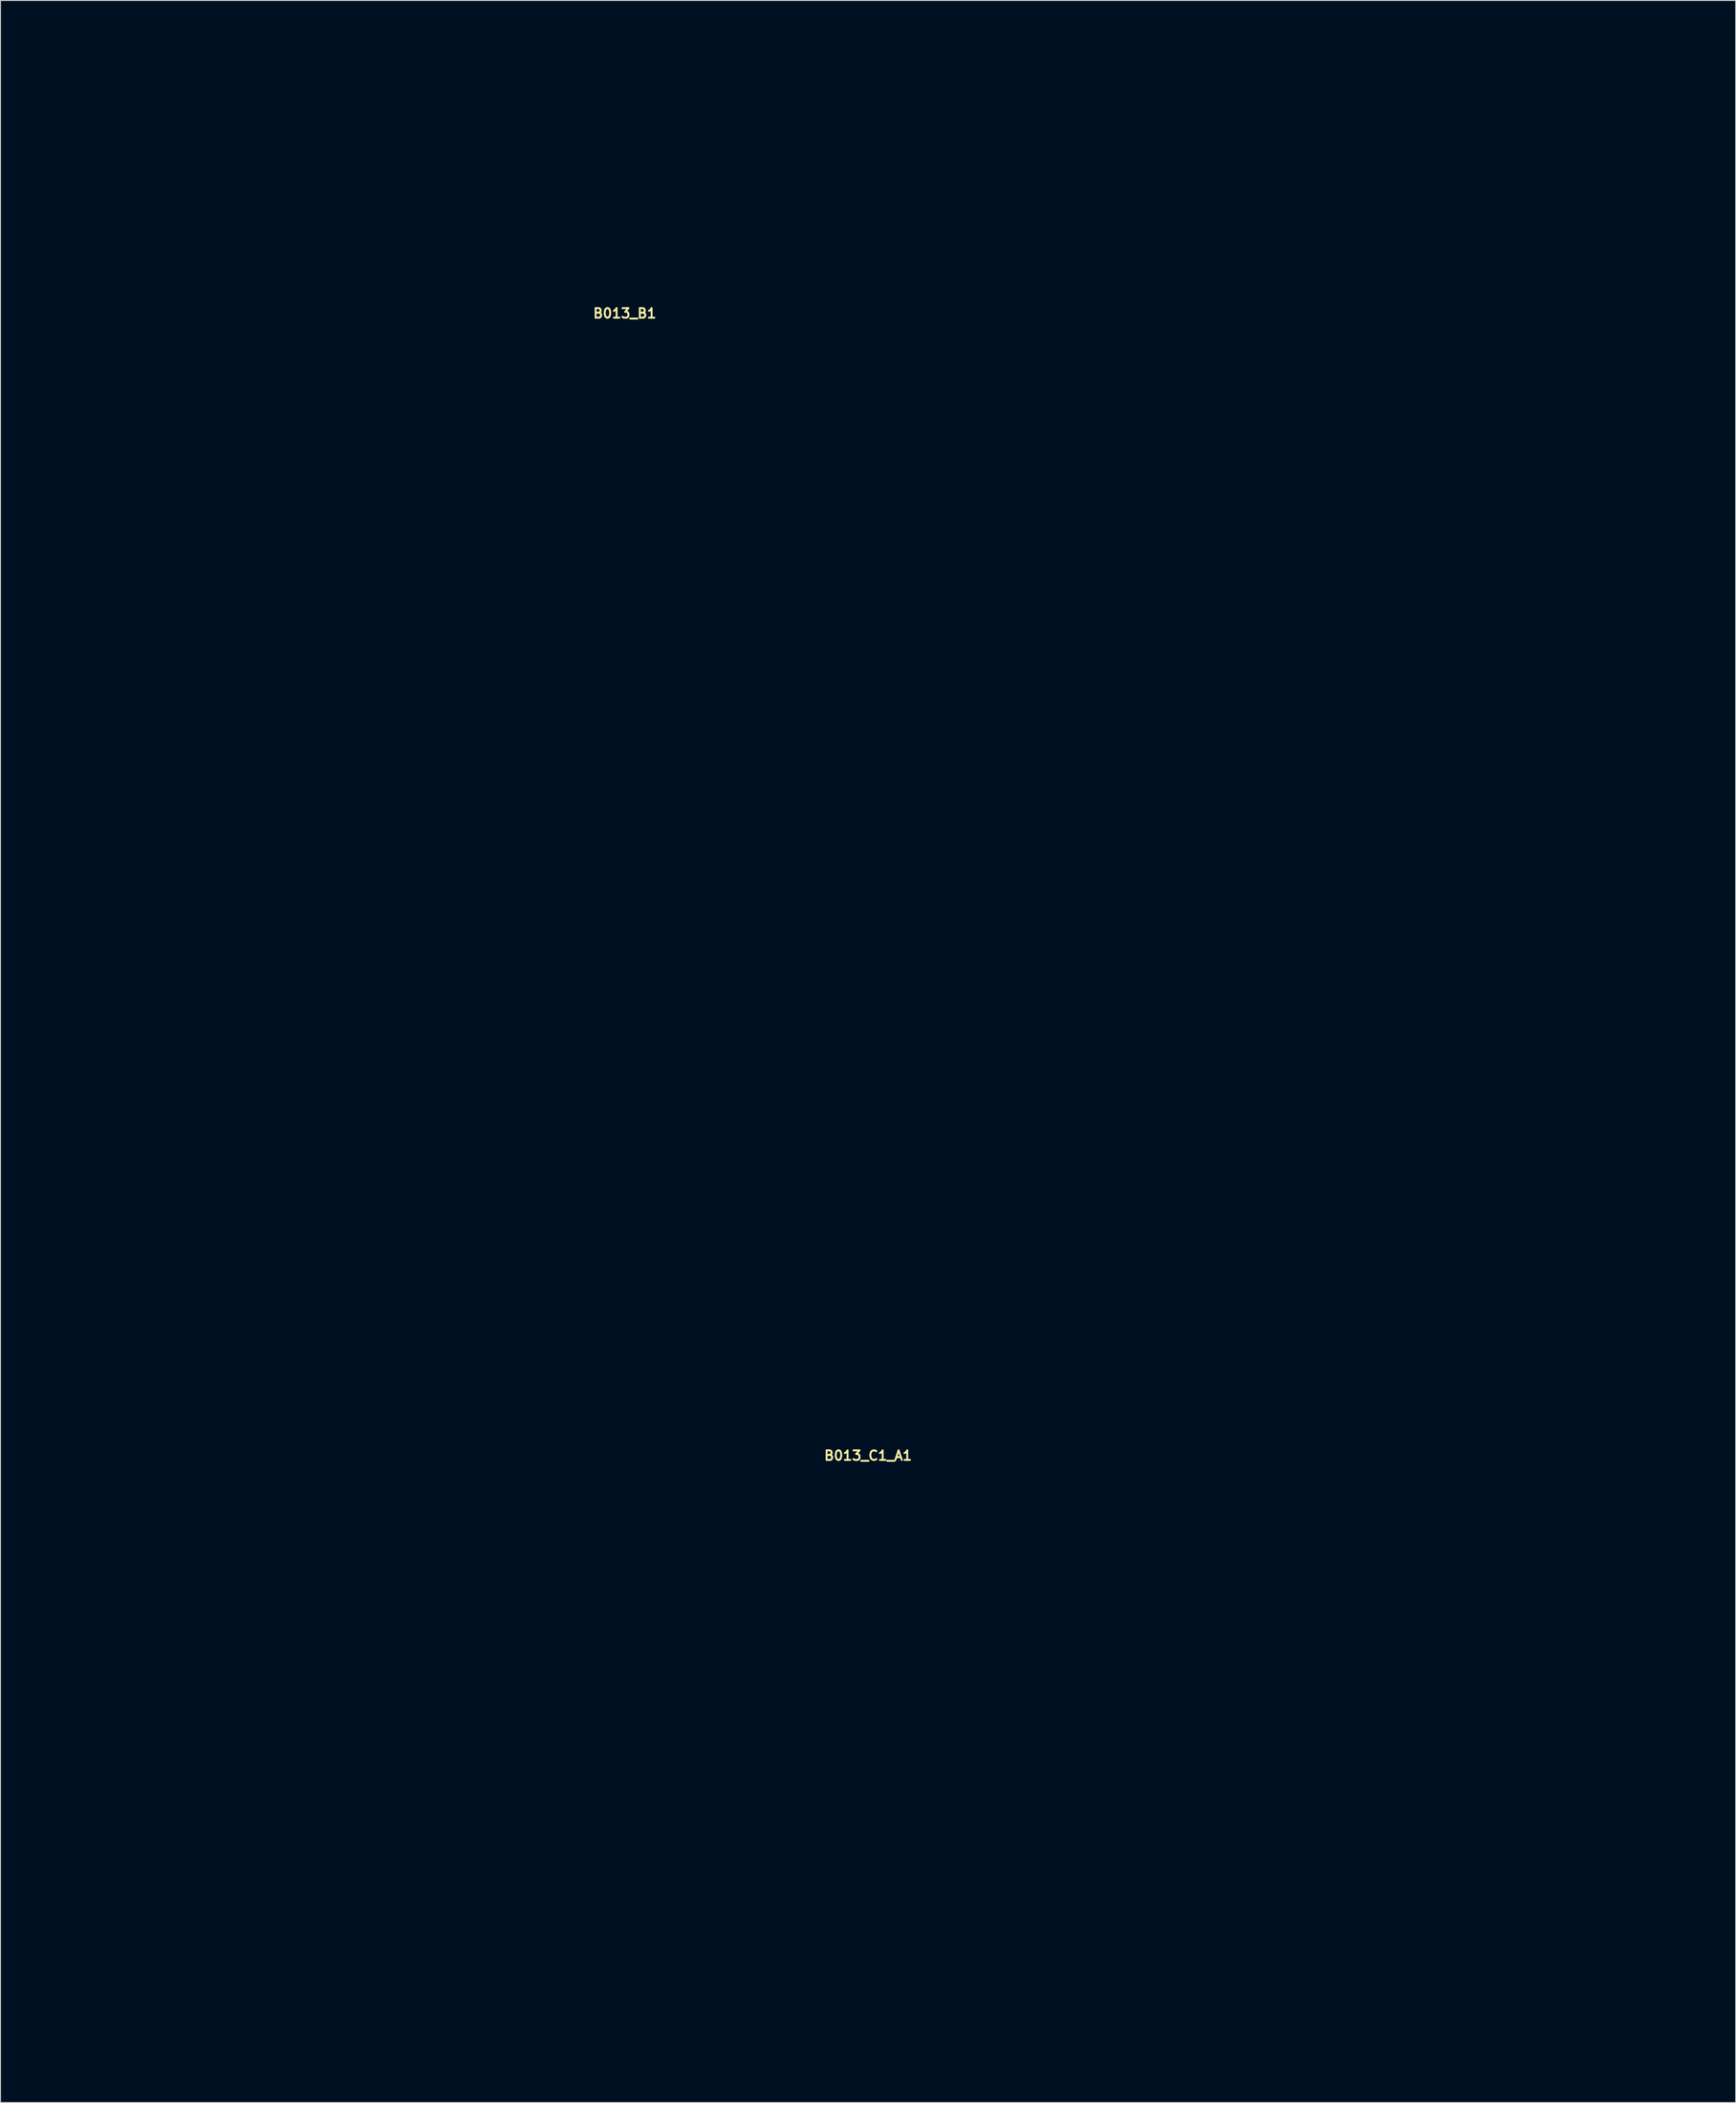
<source format=kicad_pcb>
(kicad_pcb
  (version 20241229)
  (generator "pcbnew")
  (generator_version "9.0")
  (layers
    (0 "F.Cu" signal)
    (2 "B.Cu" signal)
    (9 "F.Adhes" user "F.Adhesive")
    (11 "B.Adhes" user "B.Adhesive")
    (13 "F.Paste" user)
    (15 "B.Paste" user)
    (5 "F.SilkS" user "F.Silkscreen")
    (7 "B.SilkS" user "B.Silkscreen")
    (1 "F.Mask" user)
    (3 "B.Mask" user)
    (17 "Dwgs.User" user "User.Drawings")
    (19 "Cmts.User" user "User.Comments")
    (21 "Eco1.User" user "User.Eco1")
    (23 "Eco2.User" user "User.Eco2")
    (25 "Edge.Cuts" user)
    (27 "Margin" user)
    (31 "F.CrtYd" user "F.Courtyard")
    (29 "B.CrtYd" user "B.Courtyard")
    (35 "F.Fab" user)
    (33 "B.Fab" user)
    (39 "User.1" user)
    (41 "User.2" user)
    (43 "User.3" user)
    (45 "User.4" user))
  (footprint "B013_C1_A1"
    (layer "F.Cu")
    (at 87.75 181.775)
    (property "Reference" "B013_C1_A1" (at 0 -32.639 0) (layer "F.SilkS") (effects (font (size 1 1) (thickness 0.2))))
    (attr through_hole)
    (fp_line (start -87.55 -31.8) (end -87.55 31.8) (stroke (width 0.4) (type solid)) (layer "Eco1.User"))
    (fp_line (start -87.55 -31.8) (end -57.25 -31.8) (stroke (width 0.4) (type solid)) (layer "Eco1.User"))
    (fp_line (start -87.55 31.8) (end -57.25 31.8) (stroke (width 0.4) (type solid)) (layer "Eco1.User"))
    (fp_line (start -83.55 -31.8) (end -83.55 31.8) (stroke (width 0.4) (type solid)) (layer "Eco1.User"))
    (fp_line (start -57.25 -31.8) (end -57.25 31.8) (stroke (width 0.4) (type solid)) (layer "Eco1.User"))
    (fp_line (start -57.25 -31.8) (end 57.25 -31.8) (stroke (width 0.4) (type solid)) (layer "Eco1.User"))
    (fp_line (start -57.25 31.8) (end 57.25 31.8) (stroke (width 0.4) (type solid)) (layer "Eco1.User"))
    (fp_line (start -55.75 -30.45) (end -55.75 30.45) (stroke (width 0.4) (type solid)) (layer "Eco1.User"))
    (fp_line (start -55.75 -30.45) (end 55.75 -30.45) (stroke (width 0.4) (type solid)) (layer "Eco1.User"))
    (fp_line (start -55.75 -23.85) (end -52.25 -23.85) (stroke (width 0.4) (type solid)) (layer "Eco1.User"))
    (fp_line (start -55.75 23.85) (end -52.25 23.85) (stroke (width 0.4) (type solid)) (layer "Eco1.User"))
    (fp_line (start -55.75 30.45) (end 55.75 30.45) (stroke (width 0.4) (type solid)) (layer "Eco1.User"))
    (fp_line (start -49 -30.45) (end -49 -27.1) (stroke (width 0.4) (type solid)) (layer "Eco1.User"))
    (fp_line (start -49 27.1) (end -49 30.45) (stroke (width 0.4) (type solid)) (layer "Eco1.User"))
    (fp_line (start 49 -30.45) (end 49 -27.1) (stroke (width 0.4) (type solid)) (layer "Eco1.User"))
    (fp_line (start 49 27.1) (end 49 30.45) (stroke (width 0.4) (type solid)) (layer "Eco1.User"))
    (fp_line (start 52.25 -23.85) (end 55.75 -23.85) (stroke (width 0.4) (type solid)) (layer "Eco1.User"))
    (fp_line (start 52.25 23.85) (end 55.75 23.85) (stroke (width 0.4) (type solid)) (layer "Eco1.User"))
    (fp_line (start 55.75 -30.45) (end 55.75 30.45) (stroke (width 0.4) (type solid)) (layer "Eco1.User"))
    (fp_line (start 57.25 -31.8) (end 57.25 31.8) (stroke (width 0.4) (type solid)) (layer "Eco1.User"))
    (fp_line (start 57.25 -31.8) (end 87.55 -31.8) (stroke (width 0.4) (type solid)) (layer "Eco1.User"))
    (fp_line (start 57.25 31.8) (end 87.55 31.8) (stroke (width 0.4) (type solid)) (layer "Eco1.User"))
    (fp_line (start 83.55 -31.8) (end 83.55 31.8) (stroke (width 0.4) (type solid)) (layer "Eco1.User"))
    (fp_line (start 87.55 -31.8) (end 87.55 31.8) (stroke (width 0.4) (type solid)) (layer "Eco1.User"))
    (fp_arc (start -52.25 23.85) (mid -49.951903 24.801903) (end -49 27.1) (stroke (width 0.4) (type solid)) (layer "Eco1.User"))
    (fp_arc (start -49 -27.1) (mid -49.951903 -24.801903) (end -52.25 -23.85) (stroke (width 0.4) (type solid)) (layer "Eco1.User"))
    (fp_arc (start 49 27.1) (mid 49.951903 24.801903) (end 52.25 23.85) (stroke (width 0.4) (type solid)) (layer "Eco1.User"))
    (fp_arc (start 52.25 -23.85) (mid 49.951903 -24.801903) (end 49 -27.1) (stroke (width 0.4) (type solid)) (layer "Eco1.User"))
    (fp_circle (center -69.4 13.335) (end -63.4 13.335) (stroke (width 0.4) (type solid)) (fill no) (layer "Eco1.User"))
    (fp_circle (center -52.25 -27.1) (end -50.75 -27.1) (stroke (width 0.4) (type solid)) (fill no) (layer "Eco1.User"))
    (fp_circle (center -52.25 27.1) (end -50.75 27.1) (stroke (width 0.4) (type solid)) (fill no) (layer "Eco1.User"))
    (fp_circle (center -43.18 -18.89) (end -39.48 -18.89) (stroke (width 0.4) (type solid)) (fill no) (layer "Eco1.User"))
    (fp_circle (center -43.18 -11.39) (end -42.08 -11.39) (stroke (width 0.4) (type solid)) (fill no) (layer "Eco1.User"))
    (fp_circle (center -43.18 -1.27) (end -40.53 -1.27) (stroke (width 0.4) (type solid)) (fill no) (layer "Eco1.User"))
    (fp_circle (center -21.59 -18.89) (end -17.89 -18.89) (stroke (width 0.4) (type solid)) (fill no) (layer "Eco1.User"))
    (fp_circle (center -21.59 -11.39) (end -20.49 -11.39) (stroke (width 0.4) (type solid)) (fill no) (layer "Eco1.User"))
    (fp_circle (center 0 -18.89) (end 3.7 -18.89) (stroke (width 0.4) (type solid)) (fill no) (layer "Eco1.User"))
    (fp_circle (center 0 -11.39) (end 1.1 -11.39) (stroke (width 0.4) (type solid)) (fill no) (layer "Eco1.User"))
    (fp_circle (center 0 20.32) (end 6.5 20.32) (stroke (width 0.4) (type solid)) (fill no) (layer "Eco1.User"))
    (fp_circle (center 21.59 -18.89) (end 25.29 -18.89) (stroke (width 0.4) (type solid)) (fill no) (layer "Eco1.User"))
    (fp_circle (center 21.59 -11.39) (end 22.69 -11.39) (stroke (width 0.4) (type solid)) (fill no) (layer "Eco1.User"))
    (fp_circle (center 43.18 -18.89) (end 46.88 -18.89) (stroke (width 0.4) (type solid)) (fill no) (layer "Eco1.User"))
    (fp_circle (center 43.18 -11.39) (end 44.28 -11.39) (stroke (width 0.4) (type solid)) (fill no) (layer "Eco1.User"))
    (fp_circle (center 52.25 -27.1) (end 53.75 -27.1) (stroke (width 0.4) (type solid)) (fill no) (layer "Eco1.User"))
    (fp_circle (center 52.25 27.1) (end 53.75 27.1) (stroke (width 0.4) (type solid)) (fill no) (layer "Eco1.User"))
    (fp_circle (center 69.4 13.335) (end 75.4 13.335) (stroke (width 0.4) (type solid)) (fill no) (layer "Eco1.User"))
    (fp_circle (center 70.9 -1.27) (end 76.4 -1.27) (stroke (width 0.4) (type solid)) (fill no) (layer "Eco1.User")))
  (footprint "B013_B1"
    (layer "F.Cu")
    (at 62.3 87.75)
    (property "Reference" "B013_B1" (at 0 -58.039 0) (layer "F.SilkS") (effects (font (size 1 1) (thickness 0.2))))
    (attr through_hole)
    (fp_line (start -62.1 -57.25) (end -62.1 57.25) (stroke (width 0.4) (type solid)) (layer "Eco1.User"))
    (fp_line (start -62.1 -57.25) (end -31.8 -57.25) (stroke (width 0.4) (type solid)) (layer "Eco1.User"))
    (fp_line (start -62.1 57.25) (end -31.8 57.25) (stroke (width 0.4) (type solid)) (layer "Eco1.User"))
    (fp_line (start -58.1 -57.25) (end -58.1 57.25) (stroke (width 0.4) (type solid)) (layer "Eco1.User"))
    (fp_line (start -31.8 -87.55) (end -31.8 -57.25) (stroke (width 0.4) (type solid)) (layer "Eco1.User"))
    (fp_line (start -31.8 -87.55) (end 31.8 -87.55) (stroke (width 0.4) (type solid)) (layer "Eco1.User"))
    (fp_line (start -31.8 -83.55) (end 31.8 -83.55) (stroke (width 0.4) (type solid)) (layer "Eco1.User"))
    (fp_line (start -31.8 -57.25) (end -31.8 57.25) (stroke (width 0.4) (type solid)) (layer "Eco1.User"))
    (fp_line (start -31.8 -57.25) (end 31.8 -57.25) (stroke (width 0.4) (type solid)) (layer "Eco1.User"))
    (fp_line (start -31.8 57.25) (end 31.8 57.25) (stroke (width 0.4) (type solid)) (layer "Eco1.User"))
    (fp_line (start -30.45 -55.75) (end -30.45 55.75) (stroke (width 0.4) (type solid)) (layer "Eco1.User"))
    (fp_line (start -30.45 -55.75) (end 30.45 -55.75) (stroke (width 0.4) (type solid)) (layer "Eco1.User"))
    (fp_line (start -30.45 -49) (end -27.1 -49) (stroke (width 0.4) (type solid)) (layer "Eco1.User"))
    (fp_line (start -30.45 49) (end -27.1 49) (stroke (width 0.4) (type solid)) (layer "Eco1.User"))
    (fp_line (start -30.45 55.75) (end 30.45 55.75) (stroke (width 0.4) (type solid)) (layer "Eco1.User"))
    (fp_line (start -23.85 -55.75) (end -23.85 -52.25) (stroke (width 0.4) (type solid)) (layer "Eco1.User"))
    (fp_line (start -23.85 52.25) (end -23.85 55.75) (stroke (width 0.4) (type solid)) (layer "Eco1.User"))
    (fp_line (start 23.85 -55.75) (end 23.85 -52.25) (stroke (width 0.4) (type solid)) (layer "Eco1.User"))
    (fp_line (start 23.85 52.25) (end 23.85 55.75) (stroke (width 0.4) (type solid)) (layer "Eco1.User"))
    (fp_line (start 27.1 -49) (end 30.45 -49) (stroke (width 0.4) (type solid)) (layer "Eco1.User"))
    (fp_line (start 27.1 49) (end 30.45 49) (stroke (width 0.4) (type solid)) (layer "Eco1.User"))
    (fp_line (start 30.45 -55.75) (end 30.45 55.75) (stroke (width 0.4) (type solid)) (layer "Eco1.User"))
    (fp_line (start 31.8 -87.55) (end 31.8 -57.25) (stroke (width 0.4) (type solid)) (layer "Eco1.User"))
    (fp_line (start 31.8 -57.25) (end 31.8 57.25) (stroke (width 0.4) (type solid)) (layer "Eco1.User"))
    (fp_line (start 31.8 -57.25) (end 62.1 -57.25) (stroke (width 0.4) (type solid)) (layer "Eco1.User"))
    (fp_line (start 31.8 57.25) (end 62.1 57.25) (stroke (width 0.4) (type solid)) (layer "Eco1.User"))
    (fp_line (start 58.1 -57.25) (end 58.1 57.25) (stroke (width 0.4) (type solid)) (layer "Eco1.User"))
    (fp_line (start 62.1 -57.25) (end 62.1 57.25) (stroke (width 0.4) (type solid)) (layer "Eco1.User"))
    (fp_arc (start -27.1 49) (mid -24.801903 49.951903) (end -23.85 52.25) (stroke (width 0.4) (type solid)) (layer "Eco1.User"))
    (fp_arc (start -23.85 -52.25) (mid -24.801903 -49.951903) (end -27.1 -49) (stroke (width 0.4) (type solid)) (layer "Eco1.User"))
    (fp_arc (start 23.85 52.25) (mid 24.801903 49.951903) (end 27.1 49) (stroke (width 0.4) (type solid)) (layer "Eco1.User"))
    (fp_arc (start 27.1 -49) (mid 24.801903 -49.951903) (end 23.85 -52.25) (stroke (width 0.4) (type solid)) (layer "Eco1.User"))
    (fp_circle (center -43.95 1.27) (end -37.95 1.27) (stroke (width 0.4) (type solid)) (fill no) (layer "Eco1.User"))
    (fp_circle (center -27.1 -52.25) (end -25.6 -52.25) (stroke (width 0.4) (type solid)) (fill no) (layer "Eco1.User"))
    (fp_circle (center -27.1 52.25) (end -25.6 52.25) (stroke (width 0.4) (type solid)) (fill no) (layer "Eco1.User"))
    (fp_circle (center 0 -71) (end 5.5 -71) (stroke (width 0.4) (type solid)) (fill no) (layer "Eco1.User"))
    (fp_circle (center 27.1 -52.25) (end 28.6 -52.25) (stroke (width 0.4) (type solid)) (fill no) (layer "Eco1.User"))
    (fp_circle (center 27.1 52.25) (end 28.6 52.25) (stroke (width 0.4) (type solid)) (fill no) (layer "Eco1.User"))
    (fp_circle (center 43.95 1.27) (end 49.95 1.27) (stroke (width 0.4) (type solid)) (fill no) (layer "Eco1.User")))
  (gr_rect
    (start -3 -3)
    (end 178.5 216.775)
    (stroke (width 0.1) (type default))
    (fill no)
    (layer "Edge.Cuts")))
</source>
